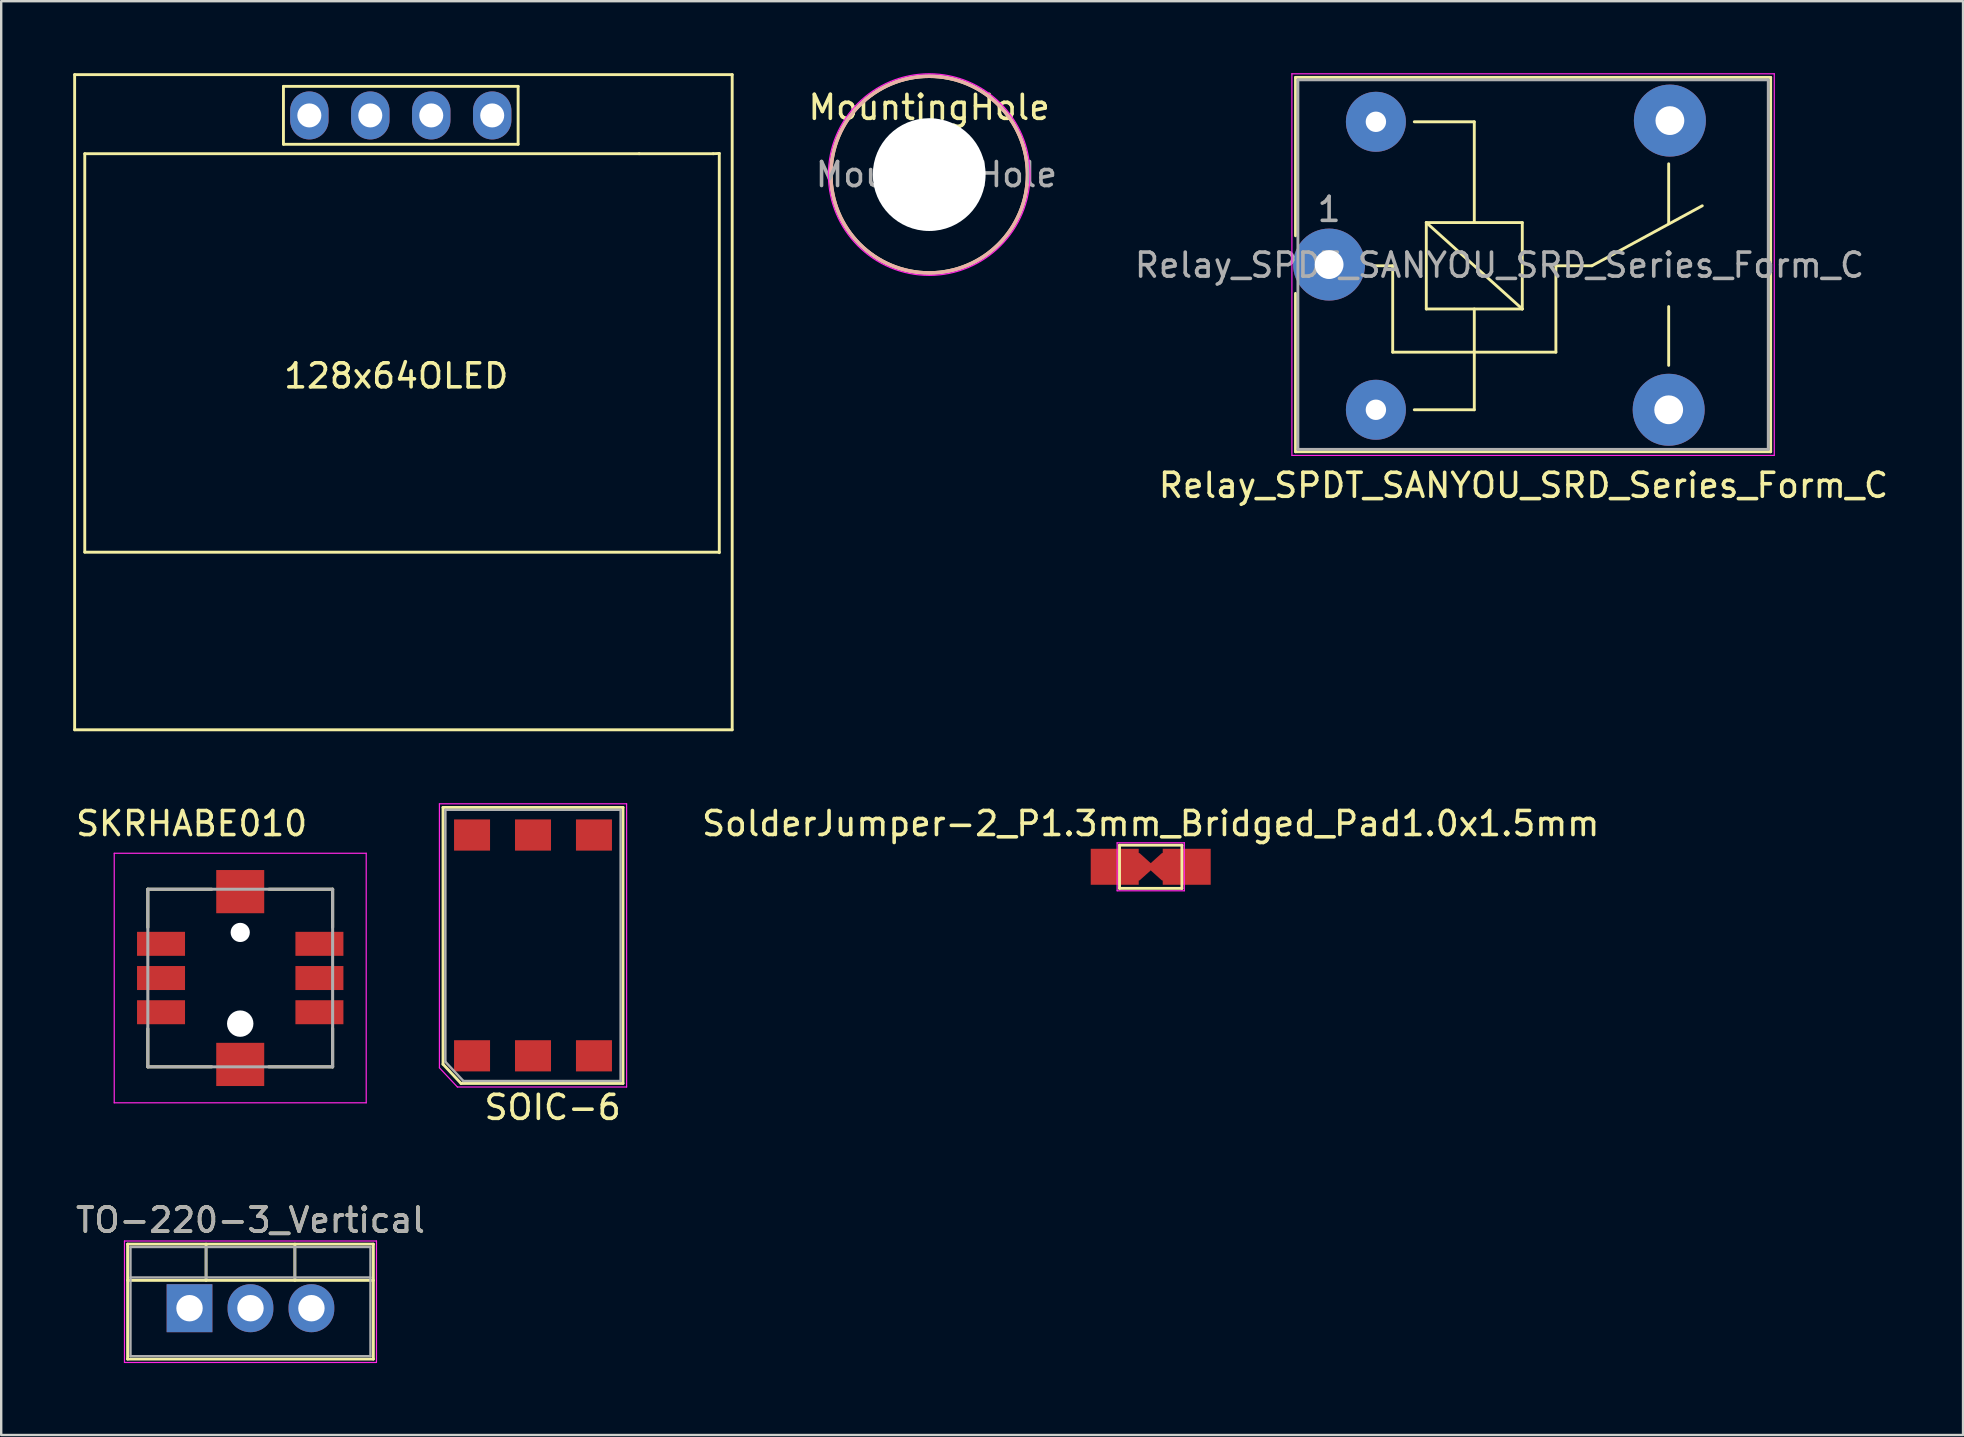
<source format=kicad_pcb>
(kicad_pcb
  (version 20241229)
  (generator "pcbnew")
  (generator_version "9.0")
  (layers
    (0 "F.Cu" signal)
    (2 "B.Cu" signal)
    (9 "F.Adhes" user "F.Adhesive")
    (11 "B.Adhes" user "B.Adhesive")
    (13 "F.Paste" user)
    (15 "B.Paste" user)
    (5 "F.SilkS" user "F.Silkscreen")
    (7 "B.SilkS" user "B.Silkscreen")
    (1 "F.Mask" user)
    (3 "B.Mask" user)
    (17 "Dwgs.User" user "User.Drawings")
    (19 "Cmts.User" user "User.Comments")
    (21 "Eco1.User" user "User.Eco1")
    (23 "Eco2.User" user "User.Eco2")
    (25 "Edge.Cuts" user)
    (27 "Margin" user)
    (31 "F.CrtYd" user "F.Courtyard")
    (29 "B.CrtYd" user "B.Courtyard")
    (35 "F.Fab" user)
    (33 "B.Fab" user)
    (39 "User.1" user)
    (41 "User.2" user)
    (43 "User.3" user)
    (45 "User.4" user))
  (footprint "Relay_SPDT_SANYOU_SRD_Series_Form_C"
    (layer "F.Cu")
    (at 52.333 7.975)
    (property "Reference" "Relay_SPDT_SANYOU_SRD_Series_Form_C" (at 8.1 9.2 0) (layer "F.SilkS") (effects (font (size 1 1) (thickness 0.15))))
    (attr through_hole)
    (fp_line (start -1.4 -7.8) (end -1.4 -1.2) (stroke (width 0.12) (type solid)) (layer "F.SilkS"))
    (fp_line (start -1.4 -7.8) (end 18.4 -7.8) (stroke (width 0.12) (type solid)) (layer "F.SilkS"))
    (fp_line (start -1.4 1.2) (end -1.4 7.8) (stroke (width 0.12) (type solid)) (layer "F.SilkS"))
    (fp_line (start 2.65 0.05) (end 1.85 0.05) (stroke (width 0.12) (type solid)) (layer "F.SilkS"))
    (fp_line (start 2.65 0.05) (end 2.65 3.65) (stroke (width 0.12) (type solid)) (layer "F.SilkS"))
    (fp_line (start 3.55 6.05) (end 6.05 6.05) (stroke (width 0.12) (type solid)) (layer "F.SilkS"))
    (fp_line (start 4.05 -1.75) (end 8.05 -1.75) (stroke (width 0.12) (type solid)) (layer "F.SilkS"))
    (fp_line (start 4.05 1.85) (end 4.05 -1.75) (stroke (width 0.12) (type solid)) (layer "F.SilkS"))
    (fp_line (start 6.05 -5.95) (end 3.55 -5.95) (stroke (width 0.12) (type solid)) (layer "F.SilkS"))
    (fp_line (start 6.05 -5.95) (end 6.05 -1.75) (stroke (width 0.12) (type solid)) (layer "F.SilkS"))
    (fp_line (start 6.05 1.85) (end 6.05 6.05) (stroke (width 0.12) (type solid)) (layer "F.SilkS"))
    (fp_line (start 8.05 -1.75) (end 8.05 1.85) (stroke (width 0.12) (type solid)) (layer "F.SilkS"))
    (fp_line (start 8.05 1.85) (end 4.05 -1.75) (stroke (width 0.12) (type solid)) (layer "F.SilkS"))
    (fp_line (start 8.05 1.85) (end 4.05 1.85) (stroke (width 0.12) (type solid)) (layer "F.SilkS"))
    (fp_line (start 9.45 0.05) (end 9.45 3.65) (stroke (width 0.12) (type solid)) (layer "F.SilkS"))
    (fp_line (start 9.45 0.05) (end 10.95 0.05) (stroke (width 0.12) (type solid)) (layer "F.SilkS"))
    (fp_line (start 9.45 3.65) (end 2.65 3.65) (stroke (width 0.12) (type solid)) (layer "F.SilkS"))
    (fp_line (start 10.95 0.05) (end 15.55 -2.45) (stroke (width 0.12) (type solid)) (layer "F.SilkS"))
    (fp_line (start 14.15 -4.2) (end 14.15 -1.7) (stroke (width 0.12) (type solid)) (layer "F.SilkS"))
    (fp_line (start 14.15 4.2) (end 14.15 1.75) (stroke (width 0.12) (type solid)) (layer "F.SilkS"))
    (fp_line (start 18.4 -7.8) (end 18.4 7.8) (stroke (width 0.12) (type solid)) (layer "F.SilkS"))
    (fp_line (start 18.4 7.8) (end -1.4 7.8) (stroke (width 0.12) (type solid)) (layer "F.SilkS"))
    (fp_line (start -1.55 7.95) (end -1.55 -7.95) (stroke (width 0.05) (type solid)) (layer "F.CrtYd"))
    (fp_line (start -1.55 7.95) (end 18.55 7.95) (stroke (width 0.05) (type solid)) (layer "F.CrtYd"))
    (fp_line (start 18.55 -7.95) (end -1.55 -7.95) (stroke (width 0.05) (type solid)) (layer "F.CrtYd"))
    (fp_line (start 18.55 -7.95) (end 18.55 7.95) (stroke (width 0.05) (type solid)) (layer "F.CrtYd"))
    (fp_line (start -1.3 -7.7) (end 18.3 -7.7) (stroke (width 0.12) (type solid)) (layer "F.Fab"))
    (fp_line (start -1.3 7.7) (end -1.3 -7.7) (stroke (width 0.12) (type solid)) (layer "F.Fab"))
    (fp_line (start 18.3 -7.7) (end 18.3 7.7) (stroke (width 0.12) (type solid)) (layer "F.Fab"))
    (fp_line (start 18.3 7.7) (end -1.3 7.7) (stroke (width 0.12) (type solid)) (layer "F.Fab"))
    (fp_text user "1" (at 0 -2.3 0) (layer "F.Fab") (effects (font (size 1 1) (thickness 0.15))))
    (fp_text user "${REFERENCE}" (at 7.1 0.025 0) (layer "F.Fab") (effects (font (size 1 1) (thickness 0.15))))
    (pad "11" thru_hole circle (at 0 0 90) (size 3 3) (drill 1.2) (layers "*.Cu" "*.Mask"))
    (pad "12" thru_hole circle (at 14.2 -6 90) (size 3 3) (drill 1.2) (layers "*.Cu" "*.Mask"))
    (pad "14" thru_hole circle (at 14.15 6.05 90) (size 3 3) (drill 1.2) (layers "*.Cu" "*.Mask"))
    (pad "A1" thru_hole circle (at 1.95 -5.95 90) (size 2.5 2.5) (drill 0.85) (layers "*.Cu" "*.Mask"))
    (pad "A2" thru_hole circle (at 1.95 6.05 90) (size 2.5 2.5) (drill 0.85) (layers "*.Cu" "*.Mask")))
  (footprint "SolderJumper-2_P1.3mm_Bridged_Pad1.0x1.5mm"
    (layer "F.Cu")
    (at 44.9 33.068)
    (property "Reference" "SolderJumper-2_P1.3mm_Bridged_Pad1.0x1.5mm" (at 0 -1.8 0) (layer "F.SilkS") (effects (font (size 1 1) (thickness 0.15))))
    (attr exclude_from_pos_files exclude_from_bom)
    (fp_poly (pts (xy 0.5 0.5) (xy 0 0.05) (xy -0.5 0.5) (xy -0.5 -0.5) (xy 0 -0.05) (xy 0.5 -0.5)) (stroke (width 0.15) (type solid)) (fill yes) (layer "F.Cu"))
    (fp_poly (pts (xy -0.12 -0.199) (xy 0.146 -0.199) (xy 0.146 0.203) (xy -0.12 0.203)) (stroke (width 0.1) (type solid)) (fill yes) (layer "F.Mask"))
    (fp_line (start -1.3 -0.9) (end 1.3 -0.9) (stroke (width 0.12) (type solid)) (layer "F.SilkS"))
    (fp_line (start -1.3 0.9) (end -1.3 -0.9) (stroke (width 0.12) (type solid)) (layer "F.SilkS"))
    (fp_line (start 1.3 -0.9) (end 1.3 0.9) (stroke (width 0.12) (type solid)) (layer "F.SilkS"))
    (fp_line (start 1.3 0.9) (end -1.3 0.9) (stroke (width 0.12) (type solid)) (layer "F.SilkS"))
    (fp_line (start -1.4 -1) (end -1.4 1) (stroke (width 0.05) (type solid)) (layer "F.CrtYd"))
    (fp_line (start -1.4 -1) (end 1.4 -1) (stroke (width 0.05) (type solid)) (layer "F.CrtYd"))
    (fp_line (start 1.4 1) (end -1.4 1) (stroke (width 0.05) (type solid)) (layer "F.CrtYd"))
    (fp_line (start 1.4 1) (end 1.4 -1) (stroke (width 0.05) (type solid)) (layer "F.CrtYd"))
    (pad "1" smd rect (at -1.5 0) (size 2 1.5) (layers "F.Cu" "F.Mask"))
    (pad "2" smd rect (at 1.5 0) (size 2 1.5) (layers "F.Cu" "F.Mask")))
  (footprint "MountingHole"
    (layer "F.Cu")
    (at 35.669 4.225)
    (property "Reference" "MountingHole" (at 0 -2.8 0) (layer "F.SilkS") (effects (font (size 1 1) (thickness 0.15))))
    (attr exclude_from_pos_files exclude_from_bom)
    (fp_circle (center 0 0) (end 4.1 0) (stroke (width 0.15) (type solid)) (fill no) (layer "F.SilkS"))
    (fp_circle (center 0 0) (end 4.1 0) (stroke (width 0.15) (type solid)) (fill no) (layer "B.SilkS"))
    (fp_circle (center 0 0) (end 4.2 0) (stroke (width 0.05) (type solid)) (fill no) (layer "F.CrtYd"))
    (fp_text user "${REFERENCE}" (at 0.3 0 0) (layer "F.Fab") (effects (font (size 1 1) (thickness 0.15))))
    (pad "" np_thru_hole circle (at 0 0) (size 4.7 4.7) (drill 4.7) (layers "*.Cu" "*.Mask")))
  (footprint "TO-220-3_Vertical"
    (layer "F.Cu")
    (at 4.847 51.462)
    (property "Reference" "TO-220-3_Vertical" (at 2.54 -3.67 0) (layer "F.SilkS") (effects (font (size 1 1) (thickness 0.15))))
    (attr through_hole)
    (fp_line (start -2.58 -2.67) (end -2.58 2.121) (stroke (width 0.12) (type solid)) (layer "F.SilkS"))
    (fp_line (start -2.58 -2.67) (end 7.66 -2.67) (stroke (width 0.12) (type solid)) (layer "F.SilkS"))
    (fp_line (start -2.58 -1.16) (end 7.66 -1.16) (stroke (width 0.12) (type solid)) (layer "F.SilkS"))
    (fp_line (start -2.58 2.121) (end 7.66 2.121) (stroke (width 0.12) (type solid)) (layer "F.SilkS"))
    (fp_line (start 0.69 -2.67) (end 0.69 -1.16) (stroke (width 0.12) (type solid)) (layer "F.SilkS"))
    (fp_line (start 4.391 -2.67) (end 4.391 -1.16) (stroke (width 0.12) (type solid)) (layer "F.SilkS"))
    (fp_line (start 7.66 -2.67) (end 7.66 2.121) (stroke (width 0.12) (type solid)) (layer "F.SilkS"))
    (fp_line (start -2.71 -2.8) (end -2.71 2.26) (stroke (width 0.05) (type solid)) (layer "F.CrtYd"))
    (fp_line (start -2.71 2.26) (end 7.79 2.26) (stroke (width 0.05) (type solid)) (layer "F.CrtYd"))
    (fp_line (start 7.79 -2.8) (end -2.71 -2.8) (stroke (width 0.05) (type solid)) (layer "F.CrtYd"))
    (fp_line (start 7.79 2.26) (end 7.79 -2.8) (stroke (width 0.05) (type solid)) (layer "F.CrtYd"))
    (fp_line (start -2.46 -2.55) (end -2.46 2) (stroke (width 0.1) (type solid)) (layer "F.Fab"))
    (fp_line (start -2.46 -1.28) (end 7.54 -1.28) (stroke (width 0.1) (type solid)) (layer "F.Fab"))
    (fp_line (start -2.46 2) (end 7.54 2) (stroke (width 0.1) (type solid)) (layer "F.Fab"))
    (fp_line (start 0.69 -2.55) (end 0.69 -1.28) (stroke (width 0.1) (type solid)) (layer "F.Fab"))
    (fp_line (start 4.39 -2.55) (end 4.39 -1.28) (stroke (width 0.1) (type solid)) (layer "F.Fab"))
    (fp_line (start 7.54 -2.55) (end -2.46 -2.55) (stroke (width 0.1) (type solid)) (layer "F.Fab"))
    (fp_line (start 7.54 2) (end 7.54 -2.55) (stroke (width 0.1) (type solid)) (layer "F.Fab"))
    (fp_text user "${REFERENCE}" (at 2.54 -3.67 0) (layer "F.Fab") (effects (font (size 1 1) (thickness 0.15))))
    (pad "1" thru_hole rect (at 0 0) (size 1.905 2) (drill 1.1) (layers "*.Cu" "*.Mask"))
    (pad "2" thru_hole oval (at 2.54 0) (size 1.905 2) (drill 1.1) (layers "*.Cu" "*.Mask"))
    (pad "3" thru_hole oval (at 5.08 0) (size 1.905 2) (drill 1.1) (layers "*.Cu" "*.Mask")))
  (footprint "SKRHABE010"
    (layer "F.Cu")
    (at 6.96 37.704)
    (property "Reference" "SKRHABE010" (at -2.025 -6.435 0) (layer "F.SilkS") (effects (font (size 1 1) (thickness 0.15))))
    (attr smd)
    (fp_line (start -3.85 -3.7) (end -1.19 -3.7) (stroke (width 0.127) (type solid)) (layer "F.SilkS"))
    (fp_line (start -3.85 -2.11) (end -3.85 -3.7) (stroke (width 0.127) (type solid)) (layer "F.SilkS"))
    (fp_line (start -3.85 3.7) (end -3.85 2.11) (stroke (width 0.127) (type solid)) (layer "F.SilkS"))
    (fp_line (start -1.19 3.7) (end -3.85 3.7) (stroke (width 0.127) (type solid)) (layer "F.SilkS"))
    (fp_line (start 1.2 -3.7) (end 3.85 -3.7) (stroke (width 0.127) (type solid)) (layer "F.SilkS"))
    (fp_line (start 3.85 -3.7) (end 3.85 -2.11) (stroke (width 0.127) (type solid)) (layer "F.SilkS"))
    (fp_line (start 3.85 2.1) (end 3.85 3.7) (stroke (width 0.127) (type solid)) (layer "F.SilkS"))
    (fp_line (start 3.85 3.7) (end 1.19 3.7) (stroke (width 0.127) (type solid)) (layer "F.SilkS"))
    (fp_line (start -5.25 -5.2) (end 5.25 -5.2) (stroke (width 0.05) (type solid)) (layer "F.CrtYd"))
    (fp_line (start -5.25 5.2) (end -5.25 -5.2) (stroke (width 0.05) (type solid)) (layer "F.CrtYd"))
    (fp_line (start 5.25 -5.2) (end 5.25 5.2) (stroke (width 0.05) (type solid)) (layer "F.CrtYd"))
    (fp_line (start 5.25 5.2) (end -5.25 5.2) (stroke (width 0.05) (type solid)) (layer "F.CrtYd"))
    (fp_line (start -3.85 -3.7) (end 3.85 -3.7) (stroke (width 0.127) (type solid)) (layer "F.Fab"))
    (fp_line (start -3.85 3.7) (end -3.85 -3.7) (stroke (width 0.127) (type solid)) (layer "F.Fab"))
    (fp_line (start 3.85 -3.7) (end 3.85 3.7) (stroke (width 0.127) (type solid)) (layer "F.Fab"))
    (fp_line (start 3.85 3.7) (end -3.85 3.7) (stroke (width 0.127) (type solid)) (layer "F.Fab"))
    (pad "" np_thru_hole circle (at 0 -1.9) (size 0.8 0.8) (drill 0.8) (layers "*.Cu" "*.Mask"))
    (pad "" np_thru_hole circle (at 0 1.9) (size 1.1 1.1) (drill 1.1) (layers "*.Cu" "*.Mask"))
    (pad "1" smd rect (at -3.3 -1.425) (size 2 1) (layers "F.Cu" "F.Mask" "F.Paste"))
    (pad "2" smd rect (at -3.3 0) (size 2 1) (layers "F.Cu" "F.Mask" "F.Paste"))
    (pad "3" smd rect (at -3.3 1.425) (size 2 1) (layers "F.Cu" "F.Mask" "F.Paste"))
    (pad "4" smd rect (at 3.3 -1.425) (size 2 1) (layers "F.Cu" "F.Mask" "F.Paste"))
    (pad "5" smd rect (at 3.3 0) (size 2 1) (layers "F.Cu" "F.Mask" "F.Paste"))
    (pad "6" smd rect (at 3.3 1.425) (size 2 1) (layers "F.Cu" "F.Mask" "F.Paste"))
    (pad "SH1" smd rect (at 0 -3.6) (size 2 1.8) (layers "F.Cu" "F.Mask" "F.Paste"))
    (pad "SH2" smd rect (at 0 3.6) (size 2 1.8) (layers "F.Cu" "F.Mask" "F.Paste")))
  (footprint "SOIC-6"
    (layer "F.Cu")
    (at 19.16 36.345)
    (property "Reference" "SOIC-6" (at 3.75 6.75 0) (unlocked yes) (layer "F.SilkS") (effects (font (size 1 1) (thickness 0.15)) (justify right)))
    (attr smd)
    (fp_line (start -3.75 -5.75) (end 3.75 -5.75) (stroke (width 0.12) (type default)) (layer "F.SilkS"))
    (fp_line (start -3.75 4.95) (end -3.75 -5.75) (stroke (width 0.12) (type default)) (layer "F.SilkS"))
    (fp_line (start -3 5.75) (end -3.75 4.95) (stroke (width 0.12) (type default)) (layer "F.SilkS"))
    (fp_line (start 3.75 -5.75) (end 3.75 5.75) (stroke (width 0.12) (type default)) (layer "F.SilkS"))
    (fp_line (start 3.75 5.75) (end -3 5.75) (stroke (width 0.12) (type default)) (layer "F.SilkS"))
    (fp_line (start -3.9 -5.9) (end 3.9 -5.9) (stroke (width 0.05) (type default)) (layer "F.CrtYd"))
    (fp_line (start -3.9 5.1) (end -3.9 -5.9) (stroke (width 0.05) (type default)) (layer "F.CrtYd"))
    (fp_line (start -3.9 5.1) (end -3.15 5.9) (stroke (width 0.05) (type default)) (layer "F.CrtYd"))
    (fp_line (start 3.9 -5.9) (end 3.9 5.9) (stroke (width 0.05) (type default)) (layer "F.CrtYd"))
    (fp_line (start 3.9 5.9) (end -3.15 5.9) (stroke (width 0.05) (type default)) (layer "F.CrtYd"))
    (fp_line (start -3.65 -5.65) (end -3.65 4.85) (stroke (width 0.1) (type default)) (layer "F.Fab"))
    (fp_line (start -3.65 -5.65) (end 3.65 -5.65) (stroke (width 0.1) (type default)) (layer "F.Fab"))
    (fp_line (start -3.65 4.85) (end -2.9 5.65) (stroke (width 0.1) (type default)) (layer "F.Fab"))
    (fp_line (start 3.65 -5.65) (end 3.65 5.65) (stroke (width 0.1) (type default)) (layer "F.Fab"))
    (fp_line (start 3.65 5.65) (end -2.9 5.65) (stroke (width 0.1) (type default)) (layer "F.Fab"))
    (pad "1" smd rect (at -2.54 4.6) (size 1.5 1.3) (layers "F.Cu" "F.Mask" "F.Paste"))
    (pad "2" smd rect (at 0 4.6) (size 1.5 1.3) (layers "F.Cu" "F.Mask" "F.Paste"))
    (pad "3" smd rect (at 2.54 4.6) (size 1.5 1.3) (layers "F.Cu" "F.Mask" "F.Paste"))
    (pad "4" smd rect (at 2.54 -4.6) (size 1.5 1.3) (layers "F.Cu" "F.Mask" "F.Paste"))
    (pad "5" smd rect (at 0 -4.6) (size 1.5 1.3) (layers "F.Cu" "F.Mask" "F.Paste"))
    (pad "6" smd rect (at -2.54 -4.6) (size 1.5 1.3) (layers "F.Cu" "F.Mask" "F.Paste")))
  (footprint "128x64OLED"
    (layer "F.Cu")
    (at 13.66 12.414)
    (property "Reference" "128x64OLED" (at -0.2 0.2 0) (layer "F.SilkS") (effects (font (size 1 1) (thickness 0.15))))
    (fp_line (start -13.6 -12.354) (end 13.8 -12.354) (stroke (width 0.12) (type solid)) (layer "F.SilkS"))
    (fp_line (start -13.6 14.946) (end -13.6 -12.354) (stroke (width 0.12) (type solid)) (layer "F.SilkS"))
    (fp_line (start -13.178 -9.059) (end 9.922 -9.059) (stroke (width 0.12) (type solid)) (layer "F.SilkS"))
    (fp_line (start -13.178 7.541) (end -13.178 -9.059) (stroke (width 0.12) (type solid)) (layer "F.SilkS"))
    (fp_line (start -4.899 -11.865) (end -4.899 -9.452) (stroke (width 0.12) (type solid)) (layer "F.SilkS"))
    (fp_line (start -4.899 -11.865) (end 4.88 -11.865) (stroke (width 0.12) (type solid)) (layer "F.SilkS"))
    (fp_line (start 4.88 -11.865) (end 4.88 -9.452) (stroke (width 0.12) (type solid)) (layer "F.SilkS"))
    (fp_line (start 4.88 -9.452) (end -4.899 -9.452) (stroke (width 0.12) (type solid)) (layer "F.SilkS"))
    (fp_line (start 9.922 -9.059) (end 13.008 -9.059) (stroke (width 0.12) (type solid)) (layer "F.SilkS"))
    (fp_line (start 13.262 -9.071) (end 13.008 -9.059) (stroke (width 0.12) (type solid)) (layer "F.SilkS"))
    (fp_line (start 13.262 7.546) (end -13.178 7.546) (stroke (width 0.12) (type solid)) (layer "F.SilkS"))
    (fp_line (start 13.262 7.566) (end 13.262 -9.071) (stroke (width 0.12) (type solid)) (layer "F.SilkS"))
    (fp_line (start 13.8 -12.354) (end 13.8 14.946) (stroke (width 0.12) (type solid)) (layer "F.SilkS"))
    (fp_line (start 13.8 14.946) (end -13.6 14.946) (stroke (width 0.12) (type solid)) (layer "F.SilkS"))
    (pad "1" thru_hole oval (at -3.82 -10.654 90) (size 2 1.6) (drill 1) (layers "*.Cu" "*.Mask"))
    (pad "2" thru_hole oval (at -1.28 -10.654 90) (size 2 1.6) (drill 1) (layers "*.Cu" "*.Mask"))
    (pad "3" thru_hole oval (at 1.26 -10.654 90) (size 2 1.6) (drill 1) (layers "*.Cu" "*.Mask"))
    (pad "4" thru_hole oval (at 3.8 -10.654 90) (size 2 1.6) (drill 1) (layers "*.Cu" "*.Mask")))
  (gr_rect
    (start -3 -3)
    (end 78.749 56.746)
    (stroke (width 0.1) (type default))
    (fill no)
    (layer "Edge.Cuts")))
</source>
